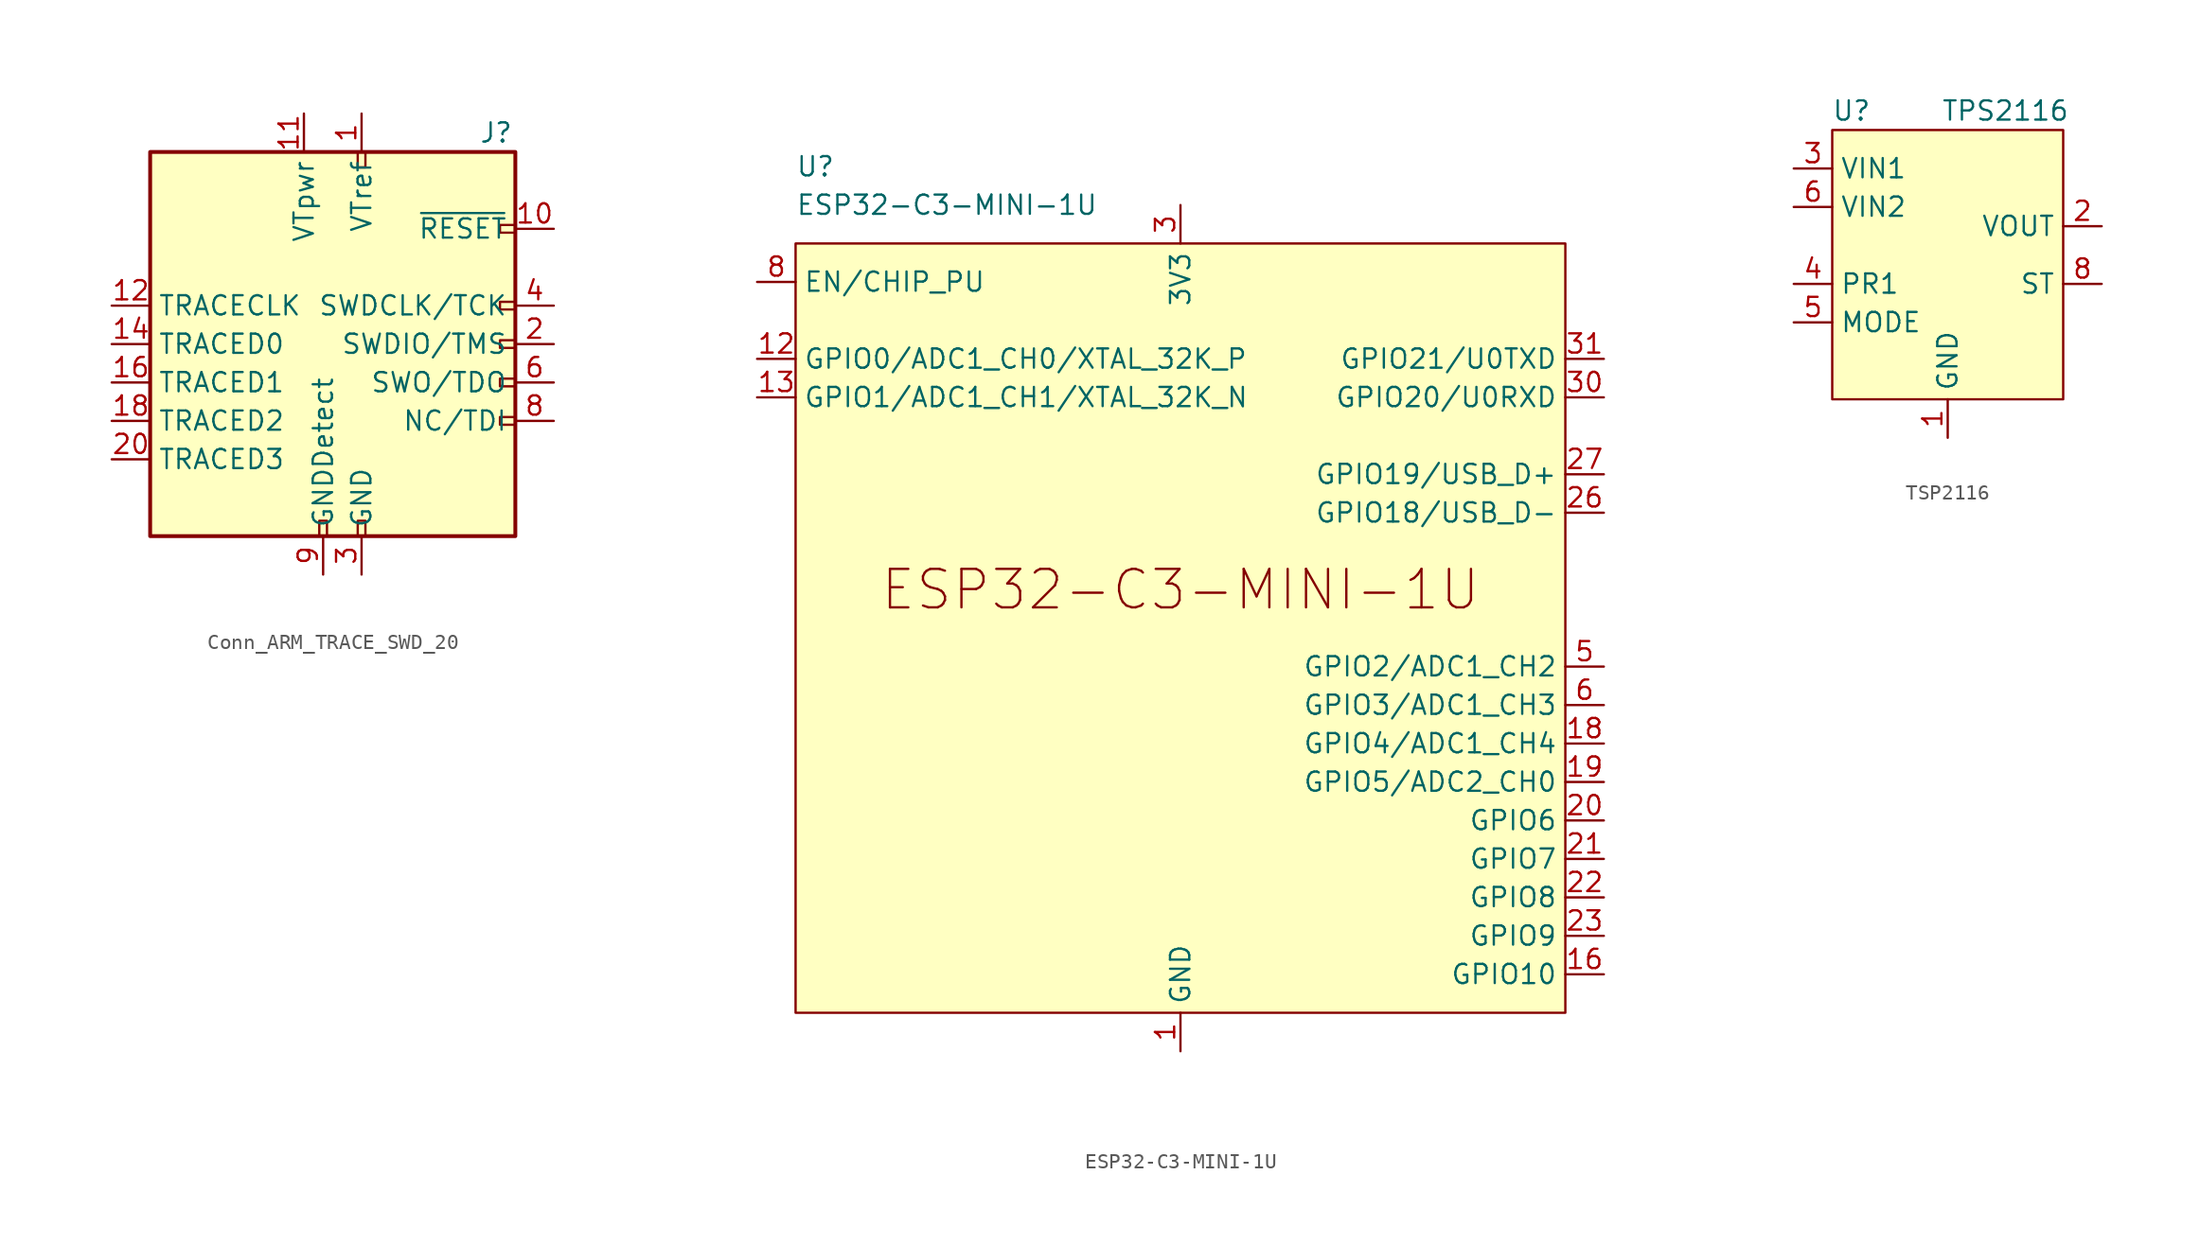
<source format=kicad_sym>
(kicad_symbol_lib
  (version 20220914)
  (generator kicad_symbol_editor)
  (symbol "Conn_ARM_TRACE_SWD_20"
    (property "Reference" "J"
      (at 11.43 13.97 0)
      (effects (font (size 1.27 1.27))))
    (symbol "Conn_ARM_TRACE_SWD_20_0_1"
      (rectangle (start -11.43 12.7) (end 12.7 -12.7) (stroke (width 0.254) (type default)) (fill (type background)))
      (rectangle (start -0.254 -12.7) (end 0.254 -11.684) (stroke (width 0) (type default)) (fill (type none)))
      (rectangle (start 2.286 -12.7) (end 2.794 -11.684) (stroke (width 0) (type default)) (fill (type none)))
      (rectangle (start 2.286 12.7) (end 2.794 11.684) (stroke (width 0) (type default)) (fill (type none)))
      (rectangle (start 11.684 2.286) (end 12.7 2.794) (stroke (width 0) (type default)) (fill (type none)))
      (rectangle (start 12.7 -2.794) (end 11.684 -2.286) (stroke (width 0) (type default)) (fill (type none)))
      (rectangle (start 12.7 -0.254) (end 11.684 0.254) (stroke (width 0) (type default)) (fill (type none)))
      (rectangle (start 12.7 7.874) (end 11.684 7.366) (stroke (width 0) (type default)) (fill (type none))))
    (symbol "Conn_ARM_TRACE_SWD_20_1_1"
      (rectangle (start 11.684 -5.334) (end 12.7 -4.826) (stroke (width 0) (type default)) (fill (type none)))
      (pin power_in line (at 2.54 15.24 270) (length 2.54) (name "VTref" (effects (font (size 1.27 1.27)))) (number "1" (effects (font (size 1.27 1.27)))))
      (pin open_collector line (at 15.24 7.62 180) (length 2.54) (name "~{RESET}" (effects (font (size 1.27 1.27)))) (number "10" (effects (font (size 1.27 1.27)))))
      (pin power_in line (at -1.27 15.24 270) (length 2.54) (name "VTpwr" (effects (font (size 1.27 1.27)))) (number "11" (effects (font (size 1.27 1.27)))))
      (pin input line (at -13.97 2.54 0) (length 2.54) (name "TRACECLK" (effects (font (size 1.27 1.27)))) (number "12" (effects (font (size 1.27 1.27)))))
      (pin passive line (at -1.27 15.24 270) (length 2.54) hide (name "VTpwr" (effects (font (size 1.27 1.27)))) (number "13" (effects (font (size 1.27 1.27)))))
      (pin input line (at -13.97 0 0) (length 2.54) (name "TRACED0" (effects (font (size 1.27 1.27)))) (number "14" (effects (font (size 1.27 1.27)))))
      (pin passive line (at 2.54 -15.24 90) (length 2.54) hide (name "GND" (effects (font (size 1.27 1.27)))) (number "15" (effects (font (size 1.27 1.27)))))
      (pin input line (at -13.97 -2.54 0) (length 2.54) (name "TRACED1" (effects (font (size 1.27 1.27)))) (number "16" (effects (font (size 1.27 1.27)))))
      (pin passive line (at 2.54 -15.24 90) (length 2.54) hide (name "GND" (effects (font (size 1.27 1.27)))) (number "17" (effects (font (size 1.27 1.27)))))
      (pin input line (at -13.97 -5.08 0) (length 2.54) (name "TRACED2" (effects (font (size 1.27 1.27)))) (number "18" (effects (font (size 1.27 1.27)))))
      (pin passive line (at 2.54 -15.24 90) (length 2.54) hide (name "GND" (effects (font (size 1.27 1.27)))) (number "19" (effects (font (size 1.27 1.27)))))
      (pin bidirectional line (at 15.24 0 180) (length 2.54) (name "SWDIO/TMS" (effects (font (size 1.27 1.27)))) (number "2" (effects (font (size 1.27 1.27)))))
      (pin input line (at -13.97 -7.62 0) (length 2.54) (name "TRACED3" (effects (font (size 1.27 1.27)))) (number "20" (effects (font (size 1.27 1.27)))))
      (pin power_in line (at 2.54 -15.24 90) (length 2.54) (name "GND" (effects (font (size 1.27 1.27)))) (number "3" (effects (font (size 1.27 1.27)))))
      (pin output line (at 15.24 2.54 180) (length 2.54) (name "SWDCLK/TCK" (effects (font (size 1.27 1.27)))) (number "4" (effects (font (size 1.27 1.27)))))
      (pin passive line (at 2.54 -15.24 90) (length 2.54) hide (name "GND" (effects (font (size 1.27 1.27)))) (number "5" (effects (font (size 1.27 1.27)))))
      (pin input line (at 15.24 -2.54 180) (length 2.54) (name "SWO/TDO" (effects (font (size 1.27 1.27)))) (number "6" (effects (font (size 1.27 1.27)))))
      (pin no_connect line (at 7.62 -15.24 90) (length 2.54) hide (name "KEY" (effects (font (size 1.27 1.27)))) (number "7" (effects (font (size 1.27 1.27)))))
      (pin output line (at 15.24 -5.08 180) (length 2.54) (name "NC/TDI" (effects (font (size 1.27 1.27)))) (number "8" (effects (font (size 1.27 1.27)))))
      (pin passive line (at 0 -15.24 90) (length 2.54) (name "GNDDetect" (effects (font (size 1.27 1.27)))) (number "9" (effects (font (size 1.27 1.27)))))))
  (symbol "ESP32-C3-MINI-1U"
    (property "Reference" "U"
      (at -25.4 30.48 0)
      (effects (font (size 1.27 1.27)) (justify left)))
    (property "Value" "ESP32-C3-MINI-1U"
      (at -25.4 27.94 0)
      (effects (font (size 1.27 1.27)) (justify left)))
    (symbol "ESP32-C3-MINI-1U_0_1"
      (rectangle (start -25.4 25.4) (end 25.4 -25.4) (stroke (width 0) (type default)) (fill (type background))))
    (symbol "ESP32-C3-MINI-1U_1_0"
      (text "ESP32-C3-MINI-1U" (at 0 2.54 0) (effects (font (size 2.54 2.54)))))
    (symbol "ESP32-C3-MINI-1U_1_1"
      (pin power_in line (at 0 -27.94 90) (length 2.54) (name "GND" (effects (font (size 1.27 1.27)))) (number "1" (effects (font (size 1.27 1.27)))))
      (pin no_connect line (at -25.4 2.54 0) (length 2.54) hide (name "NC" (effects (font (size 1.27 1.27)))) (number "10" (effects (font (size 1.27 1.27)))))
      (pin passive line (at 0 -27.94 90) (length 2.54) hide (name "GND" (effects (font (size 1.27 1.27)))) (number "11" (effects (font (size 1.27 1.27)))))
      (pin bidirectional line (at -27.94 17.78 0) (length 2.54) (name "GPIO0/ADC1_CH0/XTAL_32K_P" (effects (font (size 1.27 1.27)))) (number "12" (effects (font (size 1.27 1.27)))))
      (pin bidirectional line (at -27.94 15.24 0) (length 2.54) (name "GPIO1/ADC1_CH1/XTAL_32K_N" (effects (font (size 1.27 1.27)))) (number "13" (effects (font (size 1.27 1.27)))))
      (pin passive line (at 0 -27.94 90) (length 2.54) hide (name "GND" (effects (font (size 1.27 1.27)))) (number "14" (effects (font (size 1.27 1.27)))))
      (pin no_connect line (at -25.4 0 0) (length 2.54) hide (name "NC" (effects (font (size 1.27 1.27)))) (number "15" (effects (font (size 1.27 1.27)))))
      (pin bidirectional line (at 27.94 -22.86 180) (length 2.54) (name "GPIO10" (effects (font (size 1.27 1.27)))) (number "16" (effects (font (size 1.27 1.27)))))
      (pin no_connect line (at -25.4 -2.54 0) (length 2.54) hide (name "NC" (effects (font (size 1.27 1.27)))) (number "17" (effects (font (size 1.27 1.27)))))
      (pin bidirectional line (at 27.94 -7.62 180) (length 2.54) (name "GPIO4/ADC1_CH4" (effects (font (size 1.27 1.27)))) (number "18" (effects (font (size 1.27 1.27)))))
      (pin bidirectional line (at 27.94 -10.16 180) (length 2.54) (name "GPIO5/ADC2_CH0" (effects (font (size 1.27 1.27)))) (number "19" (effects (font (size 1.27 1.27)))))
      (pin passive line (at 0 -27.94 90) (length 2.54) hide (name "GND" (effects (font (size 1.27 1.27)))) (number "2" (effects (font (size 1.27 1.27)))))
      (pin bidirectional line (at 27.94 -12.7 180) (length 2.54) (name "GPIO6" (effects (font (size 1.27 1.27)))) (number "20" (effects (font (size 1.27 1.27)))))
      (pin bidirectional line (at 27.94 -15.24 180) (length 2.54) (name "GPIO7" (effects (font (size 1.27 1.27)))) (number "21" (effects (font (size 1.27 1.27)))))
      (pin bidirectional line (at 27.94 -17.78 180) (length 2.54) (name "GPIO8" (effects (font (size 1.27 1.27)))) (number "22" (effects (font (size 1.27 1.27)))))
      (pin bidirectional line (at 27.94 -20.32 180) (length 2.54) (name "GPIO9" (effects (font (size 1.27 1.27)))) (number "23" (effects (font (size 1.27 1.27)))))
      (pin no_connect line (at -25.4 -5.08 0) (length 2.54) hide (name "NC" (effects (font (size 1.27 1.27)))) (number "24" (effects (font (size 1.27 1.27)))))
      (pin no_connect line (at -25.4 -7.62 0) (length 2.54) hide (name "NC" (effects (font (size 1.27 1.27)))) (number "25" (effects (font (size 1.27 1.27)))))
      (pin bidirectional line (at 27.94 7.62 180) (length 2.54) (name "GPIO18/USB_D-" (effects (font (size 1.27 1.27)))) (number "26" (effects (font (size 1.27 1.27)))))
      (pin bidirectional line (at 27.94 10.16 180) (length 2.54) (name "GPIO19/USB_D+" (effects (font (size 1.27 1.27)))) (number "27" (effects (font (size 1.27 1.27)))))
      (pin no_connect line (at -25.4 -10.16 0) (length 2.54) hide (name "NC" (effects (font (size 1.27 1.27)))) (number "28" (effects (font (size 1.27 1.27)))))
      (pin no_connect line (at -25.4 -12.7 0) (length 2.54) hide (name "NC" (effects (font (size 1.27 1.27)))) (number "29" (effects (font (size 1.27 1.27)))))
      (pin power_in line (at 0 27.94 270) (length 2.54) (name "3V3" (effects (font (size 1.27 1.27)))) (number "3" (effects (font (size 1.27 1.27)))))
      (pin bidirectional line (at 27.94 15.24 180) (length 2.54) (name "GPIO20/U0RXD" (effects (font (size 1.27 1.27)))) (number "30" (effects (font (size 1.27 1.27)))))
      (pin bidirectional line (at 27.94 17.78 180) (length 2.54) (name "GPIO21/U0TXD" (effects (font (size 1.27 1.27)))) (number "31" (effects (font (size 1.27 1.27)))))
      (pin no_connect line (at -25.4 -15.24 0) (length 2.54) hide (name "NC" (effects (font (size 1.27 1.27)))) (number "32" (effects (font (size 1.27 1.27)))))
      (pin no_connect line (at -25.4 -17.78 0) (length 2.54) hide (name "NC" (effects (font (size 1.27 1.27)))) (number "33" (effects (font (size 1.27 1.27)))))
      (pin no_connect line (at -25.4 -20.32 0) (length 2.54) hide (name "NC" (effects (font (size 1.27 1.27)))) (number "34" (effects (font (size 1.27 1.27)))))
      (pin no_connect line (at -25.4 -22.86 0) (length 2.54) hide (name "NC" (effects (font (size 1.27 1.27)))) (number "35" (effects (font (size 1.27 1.27)))))
      (pin passive line (at 0 -27.94 90) (length 2.54) hide (name "GND" (effects (font (size 1.27 1.27)))) (number "36" (effects (font (size 1.27 1.27)))))
      (pin passive line (at 0 -27.94 90) (length 2.54) hide (name "GND" (effects (font (size 1.27 1.27)))) (number "37" (effects (font (size 1.27 1.27)))))
      (pin passive line (at 0 -27.94 90) (length 2.54) hide (name "GND" (effects (font (size 1.27 1.27)))) (number "38" (effects (font (size 1.27 1.27)))))
      (pin passive line (at 0 -27.94 90) (length 2.54) hide (name "GND" (effects (font (size 1.27 1.27)))) (number "39" (effects (font (size 1.27 1.27)))))
      (pin no_connect line (at -25.4 10.16 0) (length 2.54) hide (name "NC" (effects (font (size 1.27 1.27)))) (number "4" (effects (font (size 1.27 1.27)))))
      (pin passive line (at 0 -27.94 90) (length 2.54) hide (name "GND" (effects (font (size 1.27 1.27)))) (number "40" (effects (font (size 1.27 1.27)))))
      (pin passive line (at 0 -27.94 90) (length 2.54) hide (name "GND" (effects (font (size 1.27 1.27)))) (number "41" (effects (font (size 1.27 1.27)))))
      (pin passive line (at 0 -27.94 90) (length 2.54) hide (name "GND" (effects (font (size 1.27 1.27)))) (number "42" (effects (font (size 1.27 1.27)))))
      (pin passive line (at 0 -27.94 90) (length 2.54) hide (name "GND" (effects (font (size 1.27 1.27)))) (number "43" (effects (font (size 1.27 1.27)))))
      (pin passive line (at 0 -27.94 90) (length 2.54) hide (name "GND" (effects (font (size 1.27 1.27)))) (number "44" (effects (font (size 1.27 1.27)))))
      (pin passive line (at 0 -27.94 90) (length 2.54) hide (name "GND" (effects (font (size 1.27 1.27)))) (number "45" (effects (font (size 1.27 1.27)))))
      (pin passive line (at 0 -27.94 90) (length 2.54) hide (name "GND" (effects (font (size 1.27 1.27)))) (number "46" (effects (font (size 1.27 1.27)))))
      (pin passive line (at 0 -27.94 90) (length 2.54) hide (name "GND" (effects (font (size 1.27 1.27)))) (number "47" (effects (font (size 1.27 1.27)))))
      (pin passive line (at 0 -27.94 90) (length 2.54) hide (name "GND" (effects (font (size 1.27 1.27)))) (number "48" (effects (font (size 1.27 1.27)))))
      (pin passive line (at 0 -27.94 90) (length 2.54) hide (name "GND" (effects (font (size 1.27 1.27)))) (number "49" (effects (font (size 1.27 1.27)))))
      (pin bidirectional line (at 27.94 -2.54 180) (length 2.54) (name "GPIO2/ADC1_CH2" (effects (font (size 1.27 1.27)))) (number "5" (effects (font (size 1.27 1.27)))))
      (pin passive line (at 0 -27.94 90) (length 2.54) hide (name "GND" (effects (font (size 1.27 1.27)))) (number "50" (effects (font (size 1.27 1.27)))))
      (pin passive line (at 0 -27.94 90) (length 2.54) hide (name "GND" (effects (font (size 1.27 1.27)))) (number "51" (effects (font (size 1.27 1.27)))))
      (pin passive line (at 0 -27.94 90) (length 2.54) hide (name "GND" (effects (font (size 1.27 1.27)))) (number "52" (effects (font (size 1.27 1.27)))))
      (pin passive line (at 0 -27.94 90) (length 2.54) hide (name "GND" (effects (font (size 1.27 1.27)))) (number "53" (effects (font (size 1.27 1.27)))))
      (pin bidirectional line (at 27.94 -5.08 180) (length 2.54) (name "GPIO3/ADC1_CH3" (effects (font (size 1.27 1.27)))) (number "6" (effects (font (size 1.27 1.27)))))
      (pin no_connect line (at -25.4 7.62 0) (length 2.54) hide (name "NC" (effects (font (size 1.27 1.27)))) (number "7" (effects (font (size 1.27 1.27)))))
      (pin input line (at -27.94 22.86 0) (length 2.54) (name "EN/CHIP_PU" (effects (font (size 1.27 1.27)))) (number "8" (effects (font (size 1.27 1.27)))))
      (pin no_connect line (at -25.4 5.08 0) (length 2.54) hide (name "NC" (effects (font (size 1.27 1.27)))) (number "9" (effects (font (size 1.27 1.27)))))))
  (symbol "TSP2116"
    (property "Reference" "U"
      (at -6.35 10.16 0)
      (effects (font (size 1.27 1.27))))
    (property "Value" "TPS2116"
      (at 3.81 10.16 0)
      (effects (font (size 1.27 1.27))))
    (symbol "TSP2116_1_1"
      (rectangle (start -7.62 8.89) (end 7.62 -8.89) (stroke (width 0) (type default)) (fill (type background)))
      (pin power_in line (at 0 -11.43 90) (length 2.54) (name "GND" (effects (font (size 1.27 1.27)))) (number "1" (effects (font (size 1.27 1.27)))))
      (pin power_out line (at 10.16 2.54 180) (length 2.54) (name "VOUT" (effects (font (size 1.27 1.27)))) (number "2" (effects (font (size 1.27 1.27)))))
      (pin power_in line (at -10.16 6.35 0) (length 2.54) (name "VIN1" (effects (font (size 1.27 1.27)))) (number "3" (effects (font (size 1.27 1.27)))))
      (pin input line (at -10.16 -1.27 0) (length 2.54) (name "PR1" (effects (font (size 1.27 1.27)))) (number "4" (effects (font (size 1.27 1.27)))))
      (pin input line (at -10.16 -3.81 0) (length 2.54) (name "MODE" (effects (font (size 1.27 1.27)))) (number "5" (effects (font (size 1.27 1.27)))))
      (pin input line (at -10.16 3.81 0) (length 2.54) (name "VIN2" (effects (font (size 1.27 1.27)))) (number "6" (effects (font (size 1.27 1.27)))))
      (pin power_out line (at 10.16 2.54 180) (length 2.54) hide (name "VOUT" (effects (font (size 1.27 1.27)))) (number "7" (effects (font (size 1.27 1.27)))))
      (pin open_collector line (at 10.16 -1.27 180) (length 2.54) (name "ST" (effects (font (size 1.27 1.27)))) (number "8" (effects (font (size 1.27 1.27))))))))
</source>
